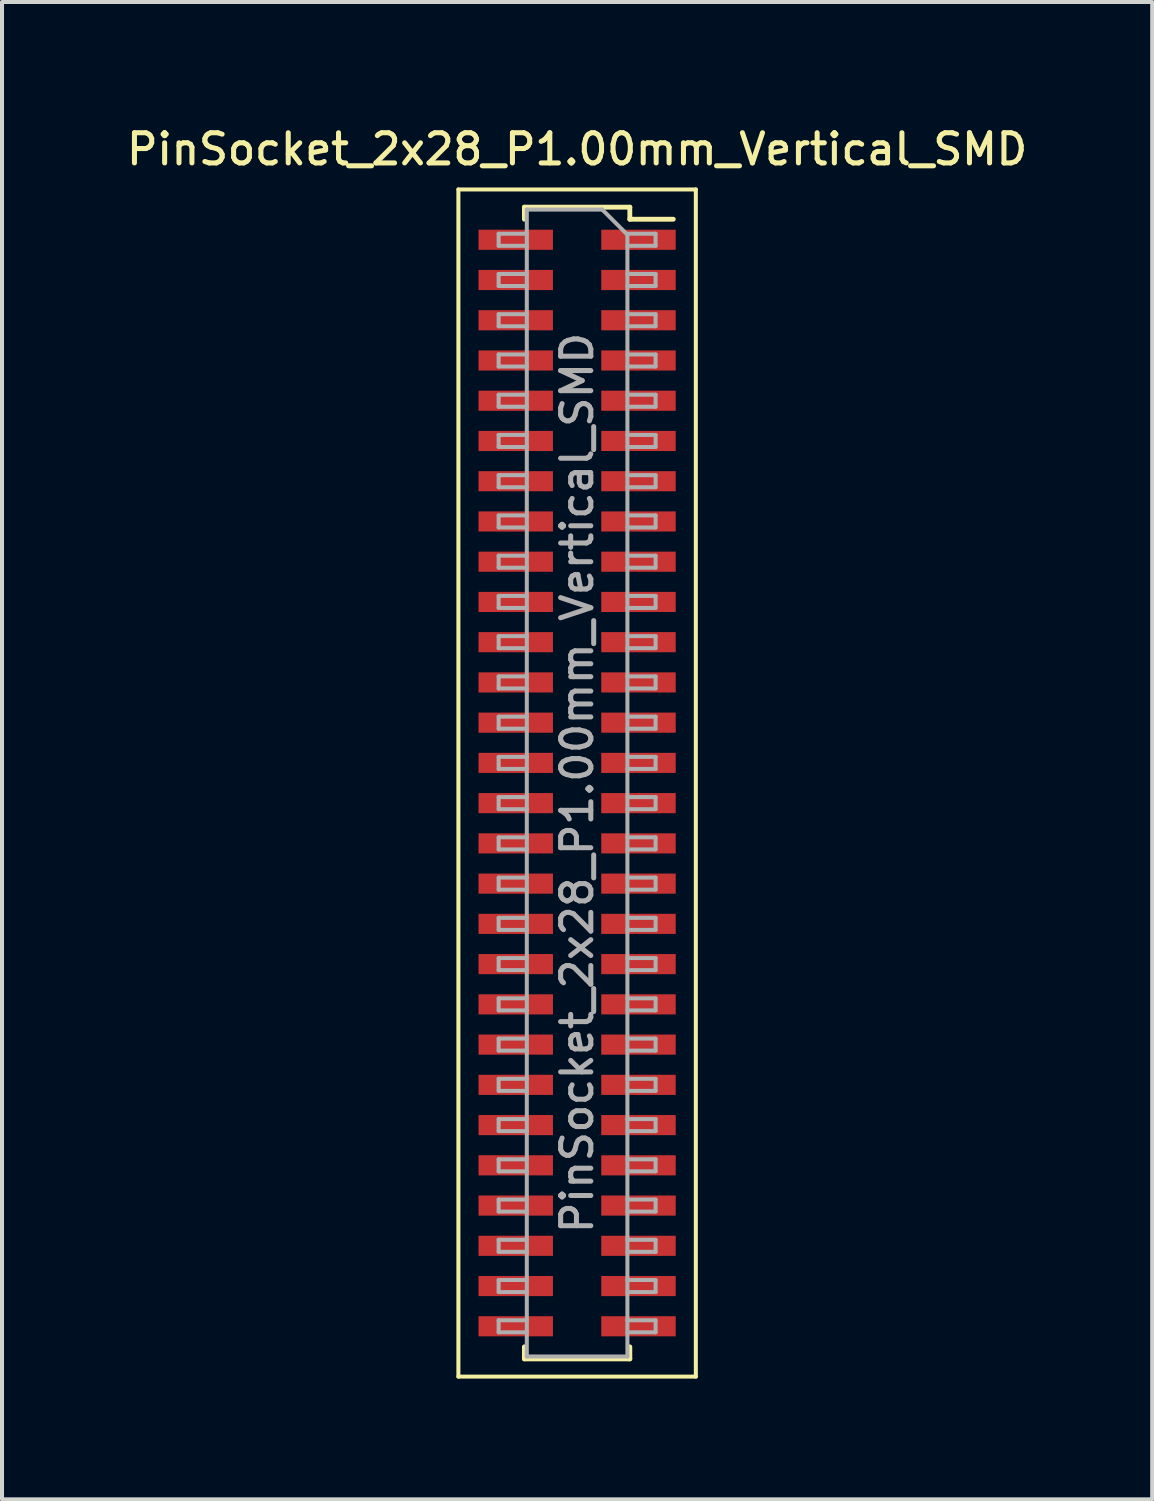
<source format=kicad_pcb>
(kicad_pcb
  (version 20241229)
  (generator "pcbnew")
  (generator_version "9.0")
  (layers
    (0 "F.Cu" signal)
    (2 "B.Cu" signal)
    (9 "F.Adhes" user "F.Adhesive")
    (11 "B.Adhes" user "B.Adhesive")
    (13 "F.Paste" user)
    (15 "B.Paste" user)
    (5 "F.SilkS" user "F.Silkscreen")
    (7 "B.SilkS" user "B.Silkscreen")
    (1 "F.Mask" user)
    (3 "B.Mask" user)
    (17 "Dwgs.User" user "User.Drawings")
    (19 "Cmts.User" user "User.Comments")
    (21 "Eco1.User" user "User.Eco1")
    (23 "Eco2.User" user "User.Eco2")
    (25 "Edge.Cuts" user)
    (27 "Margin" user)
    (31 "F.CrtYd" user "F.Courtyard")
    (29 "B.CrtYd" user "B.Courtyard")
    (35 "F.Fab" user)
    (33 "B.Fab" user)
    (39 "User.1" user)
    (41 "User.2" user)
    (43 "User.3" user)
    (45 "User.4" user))
  (footprint "PinSocket_2x28_P1.00mm_Vertical_SMD"
    (layer "F.Cu")
    (at 11.291 16.408)
    (property "Reference" "PinSocket_2x28_P1.00mm_Vertical_SMD" (at 0 -15.75 0) (layer "F.SilkS") (effects (font (size 0.75 0.75) (thickness 0.125))))
    (attr smd)
    (fp_line (start -2.95 -14.75) (end 2.95 -14.75) (stroke (width 0.1) (type solid)) (layer "F.SilkS"))
    (fp_line (start -2.95 14.75) (end -2.95 -14.75) (stroke (width 0.1) (type solid)) (layer "F.SilkS"))
    (fp_line (start -1.31 -14.31) (end -1.31 -14.01) (stroke (width 0.12) (type solid)) (layer "F.SilkS"))
    (fp_line (start -1.31 -14.31) (end 1.31 -14.31) (stroke (width 0.12) (type solid)) (layer "F.SilkS"))
    (fp_line (start -1.31 14.01) (end -1.31 14.31) (stroke (width 0.12) (type solid)) (layer "F.SilkS"))
    (fp_line (start -1.31 14.31) (end 1.31 14.31) (stroke (width 0.12) (type solid)) (layer "F.SilkS"))
    (fp_line (start 1.31 -14.31) (end 1.31 -14.01) (stroke (width 0.12) (type solid)) (layer "F.SilkS"))
    (fp_line (start 1.31 -14.01) (end 2.39 -14.01) (stroke (width 0.12) (type solid)) (layer "F.SilkS"))
    (fp_line (start 1.31 14.01) (end 1.31 14.31) (stroke (width 0.12) (type solid)) (layer "F.SilkS"))
    (fp_line (start 2.95 -14.75) (end 2.95 14.75) (stroke (width 0.1) (type solid)) (layer "F.SilkS"))
    (fp_line (start 2.95 14.75) (end -2.95 14.75) (stroke (width 0.1) (type solid)) (layer "F.SilkS"))
    (fp_line (start -1.95 -13.65) (end -1.25 -13.65) (stroke (width 0.1) (type solid)) (layer "F.Fab"))
    (fp_line (start -1.95 -13.35) (end -1.95 -13.65) (stroke (width 0.1) (type solid)) (layer "F.Fab"))
    (fp_line (start -1.95 -12.65) (end -1.25 -12.65) (stroke (width 0.1) (type solid)) (layer "F.Fab"))
    (fp_line (start -1.95 -12.35) (end -1.95 -12.65) (stroke (width 0.1) (type solid)) (layer "F.Fab"))
    (fp_line (start -1.95 -11.65) (end -1.25 -11.65) (stroke (width 0.1) (type solid)) (layer "F.Fab"))
    (fp_line (start -1.95 -11.35) (end -1.95 -11.65) (stroke (width 0.1) (type solid)) (layer "F.Fab"))
    (fp_line (start -1.95 -10.65) (end -1.25 -10.65) (stroke (width 0.1) (type solid)) (layer "F.Fab"))
    (fp_line (start -1.95 -10.35) (end -1.95 -10.65) (stroke (width 0.1) (type solid)) (layer "F.Fab"))
    (fp_line (start -1.95 -9.65) (end -1.25 -9.65) (stroke (width 0.1) (type solid)) (layer "F.Fab"))
    (fp_line (start -1.95 -9.35) (end -1.95 -9.65) (stroke (width 0.1) (type solid)) (layer "F.Fab"))
    (fp_line (start -1.95 -8.65) (end -1.25 -8.65) (stroke (width 0.1) (type solid)) (layer "F.Fab"))
    (fp_line (start -1.95 -8.35) (end -1.95 -8.65) (stroke (width 0.1) (type solid)) (layer "F.Fab"))
    (fp_line (start -1.95 -7.65) (end -1.25 -7.65) (stroke (width 0.1) (type solid)) (layer "F.Fab"))
    (fp_line (start -1.95 -7.35) (end -1.95 -7.65) (stroke (width 0.1) (type solid)) (layer "F.Fab"))
    (fp_line (start -1.95 -6.65) (end -1.25 -6.65) (stroke (width 0.1) (type solid)) (layer "F.Fab"))
    (fp_line (start -1.95 -6.35) (end -1.95 -6.65) (stroke (width 0.1) (type solid)) (layer "F.Fab"))
    (fp_line (start -1.95 -5.65) (end -1.25 -5.65) (stroke (width 0.1) (type solid)) (layer "F.Fab"))
    (fp_line (start -1.95 -5.35) (end -1.95 -5.65) (stroke (width 0.1) (type solid)) (layer "F.Fab"))
    (fp_line (start -1.95 -4.65) (end -1.25 -4.65) (stroke (width 0.1) (type solid)) (layer "F.Fab"))
    (fp_line (start -1.95 -4.35) (end -1.95 -4.65) (stroke (width 0.1) (type solid)) (layer "F.Fab"))
    (fp_line (start -1.95 -3.65) (end -1.25 -3.65) (stroke (width 0.1) (type solid)) (layer "F.Fab"))
    (fp_line (start -1.95 -3.35) (end -1.95 -3.65) (stroke (width 0.1) (type solid)) (layer "F.Fab"))
    (fp_line (start -1.95 -2.65) (end -1.25 -2.65) (stroke (width 0.1) (type solid)) (layer "F.Fab"))
    (fp_line (start -1.95 -2.35) (end -1.95 -2.65) (stroke (width 0.1) (type solid)) (layer "F.Fab"))
    (fp_line (start -1.95 -1.65) (end -1.25 -1.65) (stroke (width 0.1) (type solid)) (layer "F.Fab"))
    (fp_line (start -1.95 -1.35) (end -1.95 -1.65) (stroke (width 0.1) (type solid)) (layer "F.Fab"))
    (fp_line (start -1.95 -0.65) (end -1.25 -0.65) (stroke (width 0.1) (type solid)) (layer "F.Fab"))
    (fp_line (start -1.95 -0.35) (end -1.95 -0.65) (stroke (width 0.1) (type solid)) (layer "F.Fab"))
    (fp_line (start -1.95 0.35) (end -1.25 0.35) (stroke (width 0.1) (type solid)) (layer "F.Fab"))
    (fp_line (start -1.95 0.65) (end -1.95 0.35) (stroke (width 0.1) (type solid)) (layer "F.Fab"))
    (fp_line (start -1.95 1.35) (end -1.25 1.35) (stroke (width 0.1) (type solid)) (layer "F.Fab"))
    (fp_line (start -1.95 1.65) (end -1.95 1.35) (stroke (width 0.1) (type solid)) (layer "F.Fab"))
    (fp_line (start -1.95 2.35) (end -1.25 2.35) (stroke (width 0.1) (type solid)) (layer "F.Fab"))
    (fp_line (start -1.95 2.65) (end -1.95 2.35) (stroke (width 0.1) (type solid)) (layer "F.Fab"))
    (fp_line (start -1.95 3.35) (end -1.25 3.35) (stroke (width 0.1) (type solid)) (layer "F.Fab"))
    (fp_line (start -1.95 3.65) (end -1.95 3.35) (stroke (width 0.1) (type solid)) (layer "F.Fab"))
    (fp_line (start -1.95 4.35) (end -1.25 4.35) (stroke (width 0.1) (type solid)) (layer "F.Fab"))
    (fp_line (start -1.95 4.65) (end -1.95 4.35) (stroke (width 0.1) (type solid)) (layer "F.Fab"))
    (fp_line (start -1.95 5.35) (end -1.25 5.35) (stroke (width 0.1) (type solid)) (layer "F.Fab"))
    (fp_line (start -1.95 5.65) (end -1.95 5.35) (stroke (width 0.1) (type solid)) (layer "F.Fab"))
    (fp_line (start -1.95 6.35) (end -1.25 6.35) (stroke (width 0.1) (type solid)) (layer "F.Fab"))
    (fp_line (start -1.95 6.65) (end -1.95 6.35) (stroke (width 0.1) (type solid)) (layer "F.Fab"))
    (fp_line (start -1.95 7.35) (end -1.25 7.35) (stroke (width 0.1) (type solid)) (layer "F.Fab"))
    (fp_line (start -1.95 7.65) (end -1.95 7.35) (stroke (width 0.1) (type solid)) (layer "F.Fab"))
    (fp_line (start -1.95 8.35) (end -1.25 8.35) (stroke (width 0.1) (type solid)) (layer "F.Fab"))
    (fp_line (start -1.95 8.65) (end -1.95 8.35) (stroke (width 0.1) (type solid)) (layer "F.Fab"))
    (fp_line (start -1.95 9.35) (end -1.25 9.35) (stroke (width 0.1) (type solid)) (layer "F.Fab"))
    (fp_line (start -1.95 9.65) (end -1.95 9.35) (stroke (width 0.1) (type solid)) (layer "F.Fab"))
    (fp_line (start -1.95 10.35) (end -1.25 10.35) (stroke (width 0.1) (type solid)) (layer "F.Fab"))
    (fp_line (start -1.95 10.65) (end -1.95 10.35) (stroke (width 0.1) (type solid)) (layer "F.Fab"))
    (fp_line (start -1.95 11.35) (end -1.25 11.35) (stroke (width 0.1) (type solid)) (layer "F.Fab"))
    (fp_line (start -1.95 11.65) (end -1.95 11.35) (stroke (width 0.1) (type solid)) (layer "F.Fab"))
    (fp_line (start -1.95 12.35) (end -1.25 12.35) (stroke (width 0.1) (type solid)) (layer "F.Fab"))
    (fp_line (start -1.95 12.65) (end -1.95 12.35) (stroke (width 0.1) (type solid)) (layer "F.Fab"))
    (fp_line (start -1.95 13.35) (end -1.25 13.35) (stroke (width 0.1) (type solid)) (layer "F.Fab"))
    (fp_line (start -1.95 13.65) (end -1.95 13.35) (stroke (width 0.1) (type solid)) (layer "F.Fab"))
    (fp_line (start -1.25 -14.25) (end 0.625 -14.25) (stroke (width 0.1) (type solid)) (layer "F.Fab"))
    (fp_line (start -1.25 -13.35) (end -1.95 -13.35) (stroke (width 0.1) (type solid)) (layer "F.Fab"))
    (fp_line (start -1.25 -12.35) (end -1.95 -12.35) (stroke (width 0.1) (type solid)) (layer "F.Fab"))
    (fp_line (start -1.25 -11.35) (end -1.95 -11.35) (stroke (width 0.1) (type solid)) (layer "F.Fab"))
    (fp_line (start -1.25 -10.35) (end -1.95 -10.35) (stroke (width 0.1) (type solid)) (layer "F.Fab"))
    (fp_line (start -1.25 -9.35) (end -1.95 -9.35) (stroke (width 0.1) (type solid)) (layer "F.Fab"))
    (fp_line (start -1.25 -8.35) (end -1.95 -8.35) (stroke (width 0.1) (type solid)) (layer "F.Fab"))
    (fp_line (start -1.25 -7.35) (end -1.95 -7.35) (stroke (width 0.1) (type solid)) (layer "F.Fab"))
    (fp_line (start -1.25 -6.35) (end -1.95 -6.35) (stroke (width 0.1) (type solid)) (layer "F.Fab"))
    (fp_line (start -1.25 -5.35) (end -1.95 -5.35) (stroke (width 0.1) (type solid)) (layer "F.Fab"))
    (fp_line (start -1.25 -4.35) (end -1.95 -4.35) (stroke (width 0.1) (type solid)) (layer "F.Fab"))
    (fp_line (start -1.25 -3.35) (end -1.95 -3.35) (stroke (width 0.1) (type solid)) (layer "F.Fab"))
    (fp_line (start -1.25 -2.35) (end -1.95 -2.35) (stroke (width 0.1) (type solid)) (layer "F.Fab"))
    (fp_line (start -1.25 -1.35) (end -1.95 -1.35) (stroke (width 0.1) (type solid)) (layer "F.Fab"))
    (fp_line (start -1.25 -0.35) (end -1.95 -0.35) (stroke (width 0.1) (type solid)) (layer "F.Fab"))
    (fp_line (start -1.25 0.65) (end -1.95 0.65) (stroke (width 0.1) (type solid)) (layer "F.Fab"))
    (fp_line (start -1.25 1.65) (end -1.95 1.65) (stroke (width 0.1) (type solid)) (layer "F.Fab"))
    (fp_line (start -1.25 2.65) (end -1.95 2.65) (stroke (width 0.1) (type solid)) (layer "F.Fab"))
    (fp_line (start -1.25 3.65) (end -1.95 3.65) (stroke (width 0.1) (type solid)) (layer "F.Fab"))
    (fp_line (start -1.25 4.65) (end -1.95 4.65) (stroke (width 0.1) (type solid)) (layer "F.Fab"))
    (fp_line (start -1.25 5.65) (end -1.95 5.65) (stroke (width 0.1) (type solid)) (layer "F.Fab"))
    (fp_line (start -1.25 6.65) (end -1.95 6.65) (stroke (width 0.1) (type solid)) (layer "F.Fab"))
    (fp_line (start -1.25 7.65) (end -1.95 7.65) (stroke (width 0.1) (type solid)) (layer "F.Fab"))
    (fp_line (start -1.25 8.65) (end -1.95 8.65) (stroke (width 0.1) (type solid)) (layer "F.Fab"))
    (fp_line (start -1.25 9.65) (end -1.95 9.65) (stroke (width 0.1) (type solid)) (layer "F.Fab"))
    (fp_line (start -1.25 10.65) (end -1.95 10.65) (stroke (width 0.1) (type solid)) (layer "F.Fab"))
    (fp_line (start -1.25 11.65) (end -1.95 11.65) (stroke (width 0.1) (type solid)) (layer "F.Fab"))
    (fp_line (start -1.25 12.65) (end -1.95 12.65) (stroke (width 0.1) (type solid)) (layer "F.Fab"))
    (fp_line (start -1.25 13.65) (end -1.95 13.65) (stroke (width 0.1) (type solid)) (layer "F.Fab"))
    (fp_line (start -1.25 14.25) (end -1.25 -14.25) (stroke (width 0.1) (type solid)) (layer "F.Fab"))
    (fp_line (start 0.625 -14.25) (end 1.25 -13.625) (stroke (width 0.1) (type solid)) (layer "F.Fab"))
    (fp_line (start 1.25 -13.65) (end 1.95 -13.65) (stroke (width 0.1) (type solid)) (layer "F.Fab"))
    (fp_line (start 1.25 -13.625) (end 1.25 14.25) (stroke (width 0.1) (type solid)) (layer "F.Fab"))
    (fp_line (start 1.25 -12.65) (end 1.95 -12.65) (stroke (width 0.1) (type solid)) (layer "F.Fab"))
    (fp_line (start 1.25 -11.65) (end 1.95 -11.65) (stroke (width 0.1) (type solid)) (layer "F.Fab"))
    (fp_line (start 1.25 -10.65) (end 1.95 -10.65) (stroke (width 0.1) (type solid)) (layer "F.Fab"))
    (fp_line (start 1.25 -9.65) (end 1.95 -9.65) (stroke (width 0.1) (type solid)) (layer "F.Fab"))
    (fp_line (start 1.25 -8.65) (end 1.95 -8.65) (stroke (width 0.1) (type solid)) (layer "F.Fab"))
    (fp_line (start 1.25 -7.65) (end 1.95 -7.65) (stroke (width 0.1) (type solid)) (layer "F.Fab"))
    (fp_line (start 1.25 -6.65) (end 1.95 -6.65) (stroke (width 0.1) (type solid)) (layer "F.Fab"))
    (fp_line (start 1.25 -5.65) (end 1.95 -5.65) (stroke (width 0.1) (type solid)) (layer "F.Fab"))
    (fp_line (start 1.25 -4.65) (end 1.95 -4.65) (stroke (width 0.1) (type solid)) (layer "F.Fab"))
    (fp_line (start 1.25 -3.65) (end 1.95 -3.65) (stroke (width 0.1) (type solid)) (layer "F.Fab"))
    (fp_line (start 1.25 -2.65) (end 1.95 -2.65) (stroke (width 0.1) (type solid)) (layer "F.Fab"))
    (fp_line (start 1.25 -1.65) (end 1.95 -1.65) (stroke (width 0.1) (type solid)) (layer "F.Fab"))
    (fp_line (start 1.25 -0.65) (end 1.95 -0.65) (stroke (width 0.1) (type solid)) (layer "F.Fab"))
    (fp_line (start 1.25 0.35) (end 1.95 0.35) (stroke (width 0.1) (type solid)) (layer "F.Fab"))
    (fp_line (start 1.25 1.35) (end 1.95 1.35) (stroke (width 0.1) (type solid)) (layer "F.Fab"))
    (fp_line (start 1.25 2.35) (end 1.95 2.35) (stroke (width 0.1) (type solid)) (layer "F.Fab"))
    (fp_line (start 1.25 3.35) (end 1.95 3.35) (stroke (width 0.1) (type solid)) (layer "F.Fab"))
    (fp_line (start 1.25 4.35) (end 1.95 4.35) (stroke (width 0.1) (type solid)) (layer "F.Fab"))
    (fp_line (start 1.25 5.35) (end 1.95 5.35) (stroke (width 0.1) (type solid)) (layer "F.Fab"))
    (fp_line (start 1.25 6.35) (end 1.95 6.35) (stroke (width 0.1) (type solid)) (layer "F.Fab"))
    (fp_line (start 1.25 7.35) (end 1.95 7.35) (stroke (width 0.1) (type solid)) (layer "F.Fab"))
    (fp_line (start 1.25 8.35) (end 1.95 8.35) (stroke (width 0.1) (type solid)) (layer "F.Fab"))
    (fp_line (start 1.25 9.35) (end 1.95 9.35) (stroke (width 0.1) (type solid)) (layer "F.Fab"))
    (fp_line (start 1.25 10.35) (end 1.95 10.35) (stroke (width 0.1) (type solid)) (layer "F.Fab"))
    (fp_line (start 1.25 11.35) (end 1.95 11.35) (stroke (width 0.1) (type solid)) (layer "F.Fab"))
    (fp_line (start 1.25 12.35) (end 1.95 12.35) (stroke (width 0.1) (type solid)) (layer "F.Fab"))
    (fp_line (start 1.25 13.35) (end 1.95 13.35) (stroke (width 0.1) (type solid)) (layer "F.Fab"))
    (fp_line (start 1.25 14.25) (end -1.25 14.25) (stroke (width 0.1) (type solid)) (layer "F.Fab"))
    (fp_line (start 1.95 -13.65) (end 1.95 -13.35) (stroke (width 0.1) (type solid)) (layer "F.Fab"))
    (fp_line (start 1.95 -13.35) (end 1.25 -13.35) (stroke (width 0.1) (type solid)) (layer "F.Fab"))
    (fp_line (start 1.95 -12.65) (end 1.95 -12.35) (stroke (width 0.1) (type solid)) (layer "F.Fab"))
    (fp_line (start 1.95 -12.35) (end 1.25 -12.35) (stroke (width 0.1) (type solid)) (layer "F.Fab"))
    (fp_line (start 1.95 -11.65) (end 1.95 -11.35) (stroke (width 0.1) (type solid)) (layer "F.Fab"))
    (fp_line (start 1.95 -11.35) (end 1.25 -11.35) (stroke (width 0.1) (type solid)) (layer "F.Fab"))
    (fp_line (start 1.95 -10.65) (end 1.95 -10.35) (stroke (width 0.1) (type solid)) (layer "F.Fab"))
    (fp_line (start 1.95 -10.35) (end 1.25 -10.35) (stroke (width 0.1) (type solid)) (layer "F.Fab"))
    (fp_line (start 1.95 -9.65) (end 1.95 -9.35) (stroke (width 0.1) (type solid)) (layer "F.Fab"))
    (fp_line (start 1.95 -9.35) (end 1.25 -9.35) (stroke (width 0.1) (type solid)) (layer "F.Fab"))
    (fp_line (start 1.95 -8.65) (end 1.95 -8.35) (stroke (width 0.1) (type solid)) (layer "F.Fab"))
    (fp_line (start 1.95 -8.35) (end 1.25 -8.35) (stroke (width 0.1) (type solid)) (layer "F.Fab"))
    (fp_line (start 1.95 -7.65) (end 1.95 -7.35) (stroke (width 0.1) (type solid)) (layer "F.Fab"))
    (fp_line (start 1.95 -7.35) (end 1.25 -7.35) (stroke (width 0.1) (type solid)) (layer "F.Fab"))
    (fp_line (start 1.95 -6.65) (end 1.95 -6.35) (stroke (width 0.1) (type solid)) (layer "F.Fab"))
    (fp_line (start 1.95 -6.35) (end 1.25 -6.35) (stroke (width 0.1) (type solid)) (layer "F.Fab"))
    (fp_line (start 1.95 -5.65) (end 1.95 -5.35) (stroke (width 0.1) (type solid)) (layer "F.Fab"))
    (fp_line (start 1.95 -5.35) (end 1.25 -5.35) (stroke (width 0.1) (type solid)) (layer "F.Fab"))
    (fp_line (start 1.95 -4.65) (end 1.95 -4.35) (stroke (width 0.1) (type solid)) (layer "F.Fab"))
    (fp_line (start 1.95 -4.35) (end 1.25 -4.35) (stroke (width 0.1) (type solid)) (layer "F.Fab"))
    (fp_line (start 1.95 -3.65) (end 1.95 -3.35) (stroke (width 0.1) (type solid)) (layer "F.Fab"))
    (fp_line (start 1.95 -3.35) (end 1.25 -3.35) (stroke (width 0.1) (type solid)) (layer "F.Fab"))
    (fp_line (start 1.95 -2.65) (end 1.95 -2.35) (stroke (width 0.1) (type solid)) (layer "F.Fab"))
    (fp_line (start 1.95 -2.35) (end 1.25 -2.35) (stroke (width 0.1) (type solid)) (layer "F.Fab"))
    (fp_line (start 1.95 -1.65) (end 1.95 -1.35) (stroke (width 0.1) (type solid)) (layer "F.Fab"))
    (fp_line (start 1.95 -1.35) (end 1.25 -1.35) (stroke (width 0.1) (type solid)) (layer "F.Fab"))
    (fp_line (start 1.95 -0.65) (end 1.95 -0.35) (stroke (width 0.1) (type solid)) (layer "F.Fab"))
    (fp_line (start 1.95 -0.35) (end 1.25 -0.35) (stroke (width 0.1) (type solid)) (layer "F.Fab"))
    (fp_line (start 1.95 0.35) (end 1.95 0.65) (stroke (width 0.1) (type solid)) (layer "F.Fab"))
    (fp_line (start 1.95 0.65) (end 1.25 0.65) (stroke (width 0.1) (type solid)) (layer "F.Fab"))
    (fp_line (start 1.95 1.35) (end 1.95 1.65) (stroke (width 0.1) (type solid)) (layer "F.Fab"))
    (fp_line (start 1.95 1.65) (end 1.25 1.65) (stroke (width 0.1) (type solid)) (layer "F.Fab"))
    (fp_line (start 1.95 2.35) (end 1.95 2.65) (stroke (width 0.1) (type solid)) (layer "F.Fab"))
    (fp_line (start 1.95 2.65) (end 1.25 2.65) (stroke (width 0.1) (type solid)) (layer "F.Fab"))
    (fp_line (start 1.95 3.35) (end 1.95 3.65) (stroke (width 0.1) (type solid)) (layer "F.Fab"))
    (fp_line (start 1.95 3.65) (end 1.25 3.65) (stroke (width 0.1) (type solid)) (layer "F.Fab"))
    (fp_line (start 1.95 4.35) (end 1.95 4.65) (stroke (width 0.1) (type solid)) (layer "F.Fab"))
    (fp_line (start 1.95 4.65) (end 1.25 4.65) (stroke (width 0.1) (type solid)) (layer "F.Fab"))
    (fp_line (start 1.95 5.35) (end 1.95 5.65) (stroke (width 0.1) (type solid)) (layer "F.Fab"))
    (fp_line (start 1.95 5.65) (end 1.25 5.65) (stroke (width 0.1) (type solid)) (layer "F.Fab"))
    (fp_line (start 1.95 6.35) (end 1.95 6.65) (stroke (width 0.1) (type solid)) (layer "F.Fab"))
    (fp_line (start 1.95 6.65) (end 1.25 6.65) (stroke (width 0.1) (type solid)) (layer "F.Fab"))
    (fp_line (start 1.95 7.35) (end 1.95 7.65) (stroke (width 0.1) (type solid)) (layer "F.Fab"))
    (fp_line (start 1.95 7.65) (end 1.25 7.65) (stroke (width 0.1) (type solid)) (layer "F.Fab"))
    (fp_line (start 1.95 8.35) (end 1.95 8.65) (stroke (width 0.1) (type solid)) (layer "F.Fab"))
    (fp_line (start 1.95 8.65) (end 1.25 8.65) (stroke (width 0.1) (type solid)) (layer "F.Fab"))
    (fp_line (start 1.95 9.35) (end 1.95 9.65) (stroke (width 0.1) (type solid)) (layer "F.Fab"))
    (fp_line (start 1.95 9.65) (end 1.25 9.65) (stroke (width 0.1) (type solid)) (layer "F.Fab"))
    (fp_line (start 1.95 10.35) (end 1.95 10.65) (stroke (width 0.1) (type solid)) (layer "F.Fab"))
    (fp_line (start 1.95 10.65) (end 1.25 10.65) (stroke (width 0.1) (type solid)) (layer "F.Fab"))
    (fp_line (start 1.95 11.35) (end 1.95 11.65) (stroke (width 0.1) (type solid)) (layer "F.Fab"))
    (fp_line (start 1.95 11.65) (end 1.25 11.65) (stroke (width 0.1) (type solid)) (layer "F.Fab"))
    (fp_line (start 1.95 12.35) (end 1.95 12.65) (stroke (width 0.1) (type solid)) (layer "F.Fab"))
    (fp_line (start 1.95 12.65) (end 1.25 12.65) (stroke (width 0.1) (type solid)) (layer "F.Fab"))
    (fp_line (start 1.95 13.35) (end 1.95 13.65) (stroke (width 0.1) (type solid)) (layer "F.Fab"))
    (fp_line (start 1.95 13.65) (end 1.25 13.65) (stroke (width 0.1) (type solid)) (layer "F.Fab"))
    (fp_text user "${REFERENCE}" (at 0 0 90) (layer "F.Fab") (effects (font (size 0.75 0.75) (thickness 0.125))))
    (pad "1" smd rect (at 1.525 -13.5) (size 1.85 0.5) (layers "F.Cu" "F.Mask" "F.Paste"))
    (pad "2" smd rect (at -1.525 -13.5) (size 1.85 0.5) (layers "F.Cu" "F.Mask" "F.Paste"))
    (pad "3" smd rect (at 1.525 -12.5) (size 1.85 0.5) (layers "F.Cu" "F.Mask" "F.Paste"))
    (pad "4" smd rect (at -1.525 -12.5) (size 1.85 0.5) (layers "F.Cu" "F.Mask" "F.Paste"))
    (pad "5" smd rect (at 1.525 -11.5) (size 1.85 0.5) (layers "F.Cu" "F.Mask" "F.Paste"))
    (pad "6" smd rect (at -1.525 -11.5) (size 1.85 0.5) (layers "F.Cu" "F.Mask" "F.Paste"))
    (pad "7" smd rect (at 1.525 -10.5) (size 1.85 0.5) (layers "F.Cu" "F.Mask" "F.Paste"))
    (pad "8" smd rect (at -1.525 -10.5) (size 1.85 0.5) (layers "F.Cu" "F.Mask" "F.Paste"))
    (pad "9" smd rect (at 1.525 -9.5) (size 1.85 0.5) (layers "F.Cu" "F.Mask" "F.Paste"))
    (pad "10" smd rect (at -1.525 -9.5) (size 1.85 0.5) (layers "F.Cu" "F.Mask" "F.Paste"))
    (pad "11" smd rect (at 1.525 -8.5) (size 1.85 0.5) (layers "F.Cu" "F.Mask" "F.Paste"))
    (pad "12" smd rect (at -1.525 -8.5) (size 1.85 0.5) (layers "F.Cu" "F.Mask" "F.Paste"))
    (pad "13" smd rect (at 1.525 -7.5) (size 1.85 0.5) (layers "F.Cu" "F.Mask" "F.Paste"))
    (pad "14" smd rect (at -1.525 -7.5) (size 1.85 0.5) (layers "F.Cu" "F.Mask" "F.Paste"))
    (pad "15" smd rect (at 1.525 -6.5) (size 1.85 0.5) (layers "F.Cu" "F.Mask" "F.Paste"))
    (pad "16" smd rect (at -1.525 -6.5) (size 1.85 0.5) (layers "F.Cu" "F.Mask" "F.Paste"))
    (pad "17" smd rect (at 1.525 -5.5) (size 1.85 0.5) (layers "F.Cu" "F.Mask" "F.Paste"))
    (pad "18" smd rect (at -1.525 -5.5) (size 1.85 0.5) (layers "F.Cu" "F.Mask" "F.Paste"))
    (pad "19" smd rect (at 1.525 -4.5) (size 1.85 0.5) (layers "F.Cu" "F.Mask" "F.Paste"))
    (pad "20" smd rect (at -1.525 -4.5) (size 1.85 0.5) (layers "F.Cu" "F.Mask" "F.Paste"))
    (pad "21" smd rect (at 1.525 -3.5) (size 1.85 0.5) (layers "F.Cu" "F.Mask" "F.Paste"))
    (pad "22" smd rect (at -1.525 -3.5) (size 1.85 0.5) (layers "F.Cu" "F.Mask" "F.Paste"))
    (pad "23" smd rect (at 1.525 -2.5) (size 1.85 0.5) (layers "F.Cu" "F.Mask" "F.Paste"))
    (pad "24" smd rect (at -1.525 -2.5) (size 1.85 0.5) (layers "F.Cu" "F.Mask" "F.Paste"))
    (pad "25" smd rect (at 1.525 -1.5) (size 1.85 0.5) (layers "F.Cu" "F.Mask" "F.Paste"))
    (pad "26" smd rect (at -1.525 -1.5) (size 1.85 0.5) (layers "F.Cu" "F.Mask" "F.Paste"))
    (pad "27" smd rect (at 1.525 -0.5) (size 1.85 0.5) (layers "F.Cu" "F.Mask" "F.Paste"))
    (pad "28" smd rect (at -1.525 -0.5) (size 1.85 0.5) (layers "F.Cu" "F.Mask" "F.Paste"))
    (pad "29" smd rect (at 1.525 0.5) (size 1.85 0.5) (layers "F.Cu" "F.Mask" "F.Paste"))
    (pad "30" smd rect (at -1.525 0.5) (size 1.85 0.5) (layers "F.Cu" "F.Mask" "F.Paste"))
    (pad "31" smd rect (at 1.525 1.5) (size 1.85 0.5) (layers "F.Cu" "F.Mask" "F.Paste"))
    (pad "32" smd rect (at -1.525 1.5) (size 1.85 0.5) (layers "F.Cu" "F.Mask" "F.Paste"))
    (pad "33" smd rect (at 1.525 2.5) (size 1.85 0.5) (layers "F.Cu" "F.Mask" "F.Paste"))
    (pad "34" smd rect (at -1.525 2.5) (size 1.85 0.5) (layers "F.Cu" "F.Mask" "F.Paste"))
    (pad "35" smd rect (at 1.525 3.5) (size 1.85 0.5) (layers "F.Cu" "F.Mask" "F.Paste"))
    (pad "36" smd rect (at -1.525 3.5) (size 1.85 0.5) (layers "F.Cu" "F.Mask" "F.Paste"))
    (pad "37" smd rect (at 1.525 4.5) (size 1.85 0.5) (layers "F.Cu" "F.Mask" "F.Paste"))
    (pad "38" smd rect (at -1.525 4.5) (size 1.85 0.5) (layers "F.Cu" "F.Mask" "F.Paste"))
    (pad "39" smd rect (at 1.525 5.5) (size 1.85 0.5) (layers "F.Cu" "F.Mask" "F.Paste"))
    (pad "40" smd rect (at -1.525 5.5) (size 1.85 0.5) (layers "F.Cu" "F.Mask" "F.Paste"))
    (pad "41" smd rect (at 1.525 6.5) (size 1.85 0.5) (layers "F.Cu" "F.Mask" "F.Paste"))
    (pad "42" smd rect (at -1.525 6.5) (size 1.85 0.5) (layers "F.Cu" "F.Mask" "F.Paste"))
    (pad "43" smd rect (at 1.525 7.5) (size 1.85 0.5) (layers "F.Cu" "F.Mask" "F.Paste"))
    (pad "44" smd rect (at -1.525 7.5) (size 1.85 0.5) (layers "F.Cu" "F.Mask" "F.Paste"))
    (pad "45" smd rect (at 1.525 8.5) (size 1.85 0.5) (layers "F.Cu" "F.Mask" "F.Paste"))
    (pad "46" smd rect (at -1.525 8.5) (size 1.85 0.5) (layers "F.Cu" "F.Mask" "F.Paste"))
    (pad "47" smd rect (at 1.525 9.5) (size 1.85 0.5) (layers "F.Cu" "F.Mask" "F.Paste"))
    (pad "48" smd rect (at -1.525 9.5) (size 1.85 0.5) (layers "F.Cu" "F.Mask" "F.Paste"))
    (pad "49" smd rect (at 1.525 10.5) (size 1.85 0.5) (layers "F.Cu" "F.Mask" "F.Paste"))
    (pad "50" smd rect (at -1.525 10.5) (size 1.85 0.5) (layers "F.Cu" "F.Mask" "F.Paste"))
    (pad "51" smd rect (at 1.525 11.5) (size 1.85 0.5) (layers "F.Cu" "F.Mask" "F.Paste"))
    (pad "52" smd rect (at -1.525 11.5) (size 1.85 0.5) (layers "F.Cu" "F.Mask" "F.Paste"))
    (pad "53" smd rect (at 1.525 12.5) (size 1.85 0.5) (layers "F.Cu" "F.Mask" "F.Paste"))
    (pad "54" smd rect (at -1.525 12.5) (size 1.85 0.5) (layers "F.Cu" "F.Mask" "F.Paste"))
    (pad "55" smd rect (at 1.525 13.5) (size 1.85 0.5) (layers "F.Cu" "F.Mask" "F.Paste"))
    (pad "56" smd rect (at -1.525 13.5) (size 1.85 0.5) (layers "F.Cu" "F.Mask" "F.Paste")))
  (gr_rect
    (start -3 -3)
    (end 25.582 34.208)
    (stroke (width 0.1) (type default))
    (fill no)
    (layer "Edge.Cuts")))
</source>
